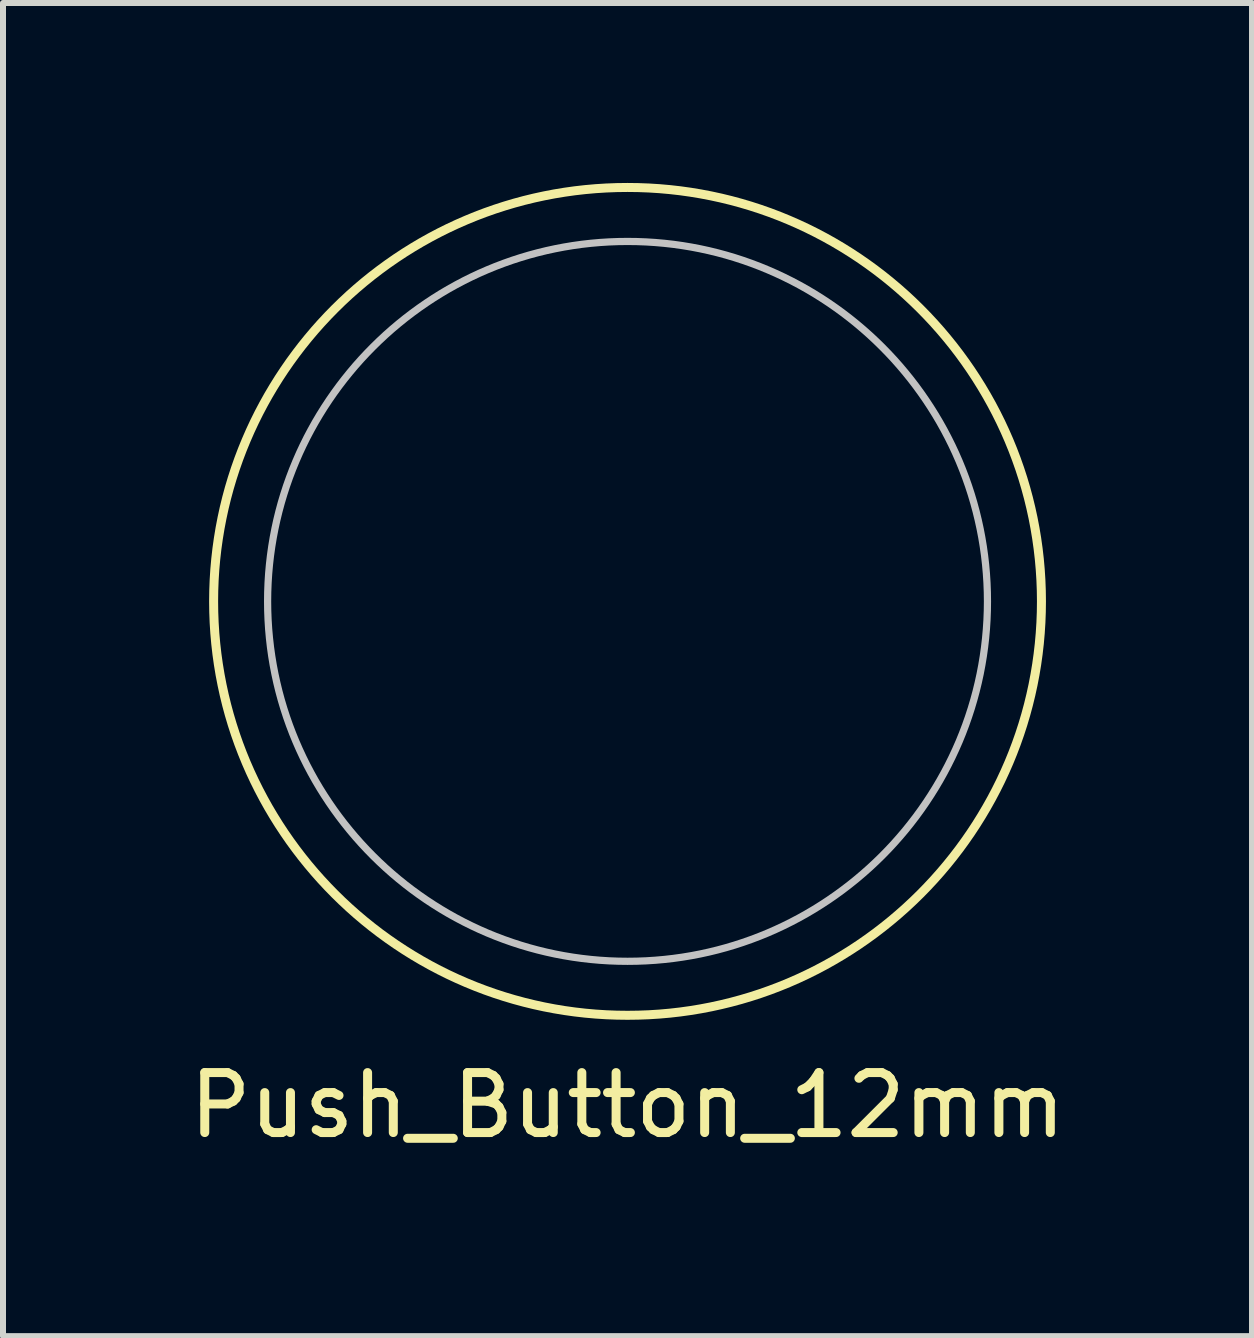
<source format=kicad_pcb>
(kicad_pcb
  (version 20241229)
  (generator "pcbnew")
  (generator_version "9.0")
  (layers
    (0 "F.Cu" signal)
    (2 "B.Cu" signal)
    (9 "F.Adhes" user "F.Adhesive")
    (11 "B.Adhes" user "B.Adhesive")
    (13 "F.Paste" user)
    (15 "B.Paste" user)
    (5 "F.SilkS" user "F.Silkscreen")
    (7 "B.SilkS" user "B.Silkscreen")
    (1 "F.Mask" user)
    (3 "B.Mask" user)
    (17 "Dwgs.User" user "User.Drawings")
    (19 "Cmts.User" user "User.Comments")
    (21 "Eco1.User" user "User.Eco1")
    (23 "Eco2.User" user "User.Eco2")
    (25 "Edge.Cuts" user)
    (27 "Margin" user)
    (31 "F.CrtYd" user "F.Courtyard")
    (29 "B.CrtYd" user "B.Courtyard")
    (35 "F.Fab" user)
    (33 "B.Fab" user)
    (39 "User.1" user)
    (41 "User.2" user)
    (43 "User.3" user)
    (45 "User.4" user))
  (footprint "Push_Button_12mm"
    (layer "F.Cu")
    (at 7.411 6.975)
    (property "Reference" "Push_Button_12mm" (at 0 8.4 0) (layer "F.SilkS") (effects (font (size 1 1) (thickness 0.15))))
    (attr through_hole)
    (fp_circle (center 0 0) (end 6.9 0) (stroke (width 0.15) (type solid)) (fill no) (layer "F.SilkS"))
    (fp_circle (center 0 0) (end 6 0) (stroke (width 0.12) (type solid)) (fill no) (layer "Dwgs.User")))
  (gr_rect
    (start -3 -3)
    (end 17.821 19.223)
    (stroke (width 0.1) (type default))
    (fill no)
    (layer "Edge.Cuts")))
</source>
